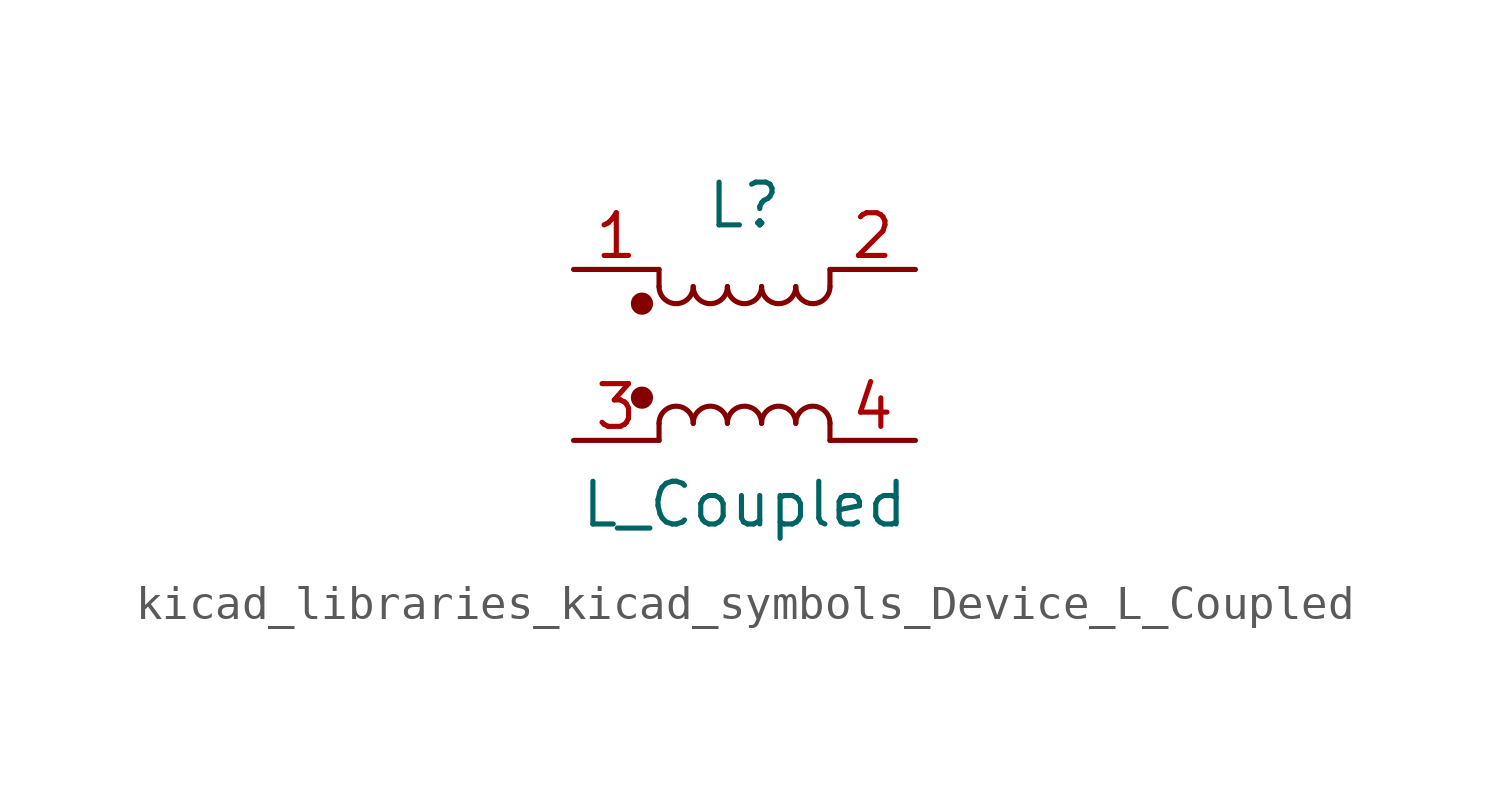
<source format=kicad_sym>
(kicad_symbol_lib
  (version 20220914)
  (generator kicad_symbol_editor)
  (symbol "kicad_libraries_kicad_symbols_Device_L_Coupled"
    (pin_names
      (offset 0.254) hide)
    (property "Reference" "L"
      (at 0 4.445 0)
      (effects (font (size 1.27 1.27))))
    (property "Value" "L_Coupled"
      (at 0 -4.445 0)
      (effects (font (size 1.27 1.27))))
    (symbol "kicad_libraries_kicad_symbols_Device_L_Coupled_0_1"
      (circle (center -3.048 -1.27) (radius 0.254) (stroke (width 0) (type default)) (fill (type outline)))
      (circle (center -3.048 1.524) (radius 0.254) (stroke (width 0) (type default)) (fill (type outline)))
      (arc (start -2.54 2.032) (mid -2.032 1.5262) (end -1.524 2.032) (stroke (width 0) (type default)) (fill (type none)))
      (arc (start -1.524 -2.032) (mid -2.032 -1.5262) (end -2.54 -2.032) (stroke (width 0) (type default)) (fill (type none)))
      (arc (start -1.524 2.032) (mid -1.016 1.5262) (end -0.508 2.032) (stroke (width 0) (type default)) (fill (type none)))
      (arc (start -0.508 -2.032) (mid -1.016 -1.5262) (end -1.524 -2.032) (stroke (width 0) (type default)) (fill (type none)))
      (arc (start -0.508 2.032) (mid 0 1.5262) (end 0.508 2.032) (stroke (width 0) (type default)) (fill (type none)))
      (polyline (pts (xy -2.54 -2.032) (xy -2.54 -2.54)) (stroke (width 0) (type default)) (fill (type none)))
      (polyline (pts (xy -2.54 2.032) (xy -2.54 2.54)) (stroke (width 0) (type default)) (fill (type none)))
      (polyline (pts (xy 2.54 -2.032) (xy 2.54 -2.54)) (stroke (width 0) (type default)) (fill (type none)))
      (polyline (pts (xy 2.54 2.54) (xy 2.54 2.032)) (stroke (width 0) (type default)) (fill (type none)))
      (arc (start 0.508 -2.032) (mid 0 -1.5262) (end -0.508 -2.032) (stroke (width 0) (type default)) (fill (type none)))
      (arc (start 0.508 2.032) (mid 1.016 1.5262) (end 1.524 2.032) (stroke (width 0) (type default)) (fill (type none)))
      (arc (start 1.524 -2.032) (mid 1.016 -1.5262) (end 0.508 -2.032) (stroke (width 0) (type default)) (fill (type none)))
      (arc (start 1.524 2.032) (mid 2.032 1.5262) (end 2.54 2.032) (stroke (width 0) (type default)) (fill (type none)))
      (arc (start 2.54 -2.032) (mid 2.032 -1.5262) (end 1.524 -2.032) (stroke (width 0) (type default)) (fill (type none))))
    (symbol "kicad_libraries_kicad_symbols_Device_L_Coupled_1_1"
      (pin passive line (at -5.08 2.54 0) (length 2.54) (name "1" (effects (font (size 1.27 1.27)))) (number "1" (effects (font (size 1.27 1.27)))))
      (pin passive line (at 5.08 2.54 180) (length 2.54) (name "2" (effects (font (size 1.27 1.27)))) (number "2" (effects (font (size 1.27 1.27)))))
      (pin passive line (at -5.08 -2.54 0) (length 2.54) (name "3" (effects (font (size 1.27 1.27)))) (number "3" (effects (font (size 1.27 1.27)))))
      (pin passive line (at 5.08 -2.54 180) (length 2.54) (name "4" (effects (font (size 1.27 1.27)))) (number "4" (effects (font (size 1.27 1.27))))))))
</source>
